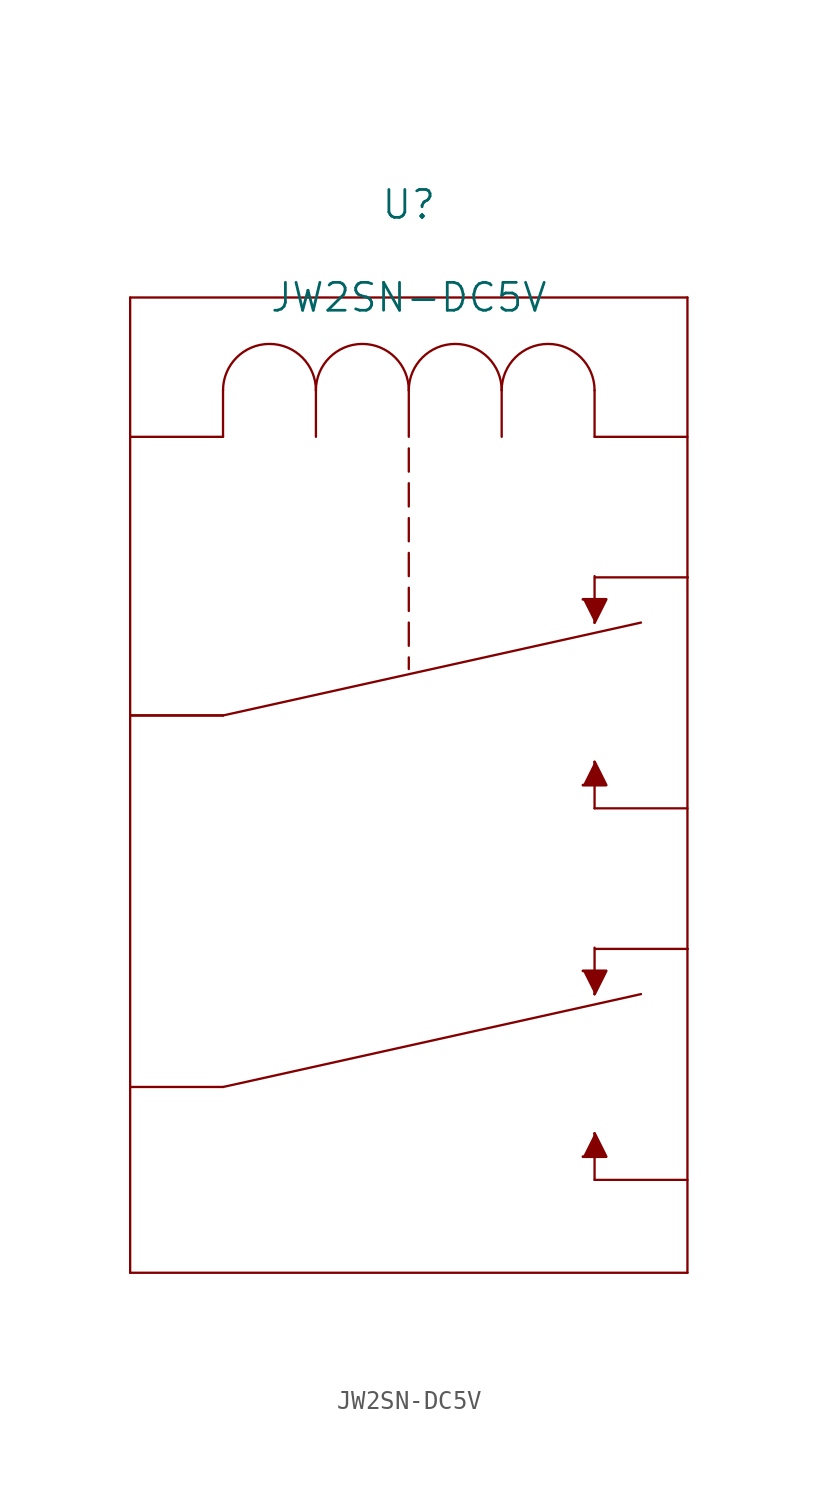
<source format=kicad_sym>
(kicad_symbol_lib
  (version 20231120)
  (generator "kicad_symbol_editor")
  (generator_version "8.0")
  (symbol "JW2SN-DC5V"
    (pin_names
      (offset 0.254))
    (property "Reference" "U"
      (at 22.86 12.7 0)
      (effects (font (size 1.524 1.524))))
    (property "Value" "JW2SN-DC5V"
      (at 22.86 7.62 0)
      (effects (font (size 1.524 1.524))))
    (property "ki_locked" ""
      (at 0 0 0)
      (effects (font (size 1.27 1.27))))
    (symbol "JW2SN-DC5V_0_1"
      (polyline (pts (xy 7.62 -45.72) (xy 38.1 -45.72)) (stroke (width 0.127) (type default)) (fill (type none)))
      (polyline (pts (xy 7.62 7.62) (xy 7.62 -45.72)) (stroke (width 0.127) (type default)) (fill (type none)))
      (polyline (pts (xy 12.7 -35.56) (xy 7.62 -35.56)) (stroke (width 0.127) (type default)) (fill (type none)))
      (polyline (pts (xy 12.7 -35.56) (xy 35.56 -30.48)) (stroke (width 0.127) (type default)) (fill (type none)))
      (polyline (pts (xy 12.7 -15.24) (xy 7.62 -15.24)) (stroke (width 0.127) (type default)) (fill (type none)))
      (polyline (pts (xy 12.7 -15.24) (xy 7.62 -15.24)) (stroke (width 0.127) (type default)) (fill (type none)))
      (polyline (pts (xy 12.7 -15.24) (xy 35.56 -10.16)) (stroke (width 0.127) (type default)) (fill (type none)))
      (polyline (pts (xy 12.7 0) (xy 7.62 0)) (stroke (width 0.127) (type default)) (fill (type none)))
      (polyline (pts (xy 12.7 2.54) (xy 12.7 0)) (stroke (width 0.127) (type default)) (fill (type none)))
      (polyline (pts (xy 17.78 2.54) (xy 17.78 0)) (stroke (width 0.127) (type default)) (fill (type none)))
      (polyline (pts (xy 22.86 -12.065) (xy 22.86 -12.7)) (stroke (width 0.127) (type default)) (fill (type none)))
      (polyline (pts (xy 22.86 -10.16) (xy 22.86 -11.43)) (stroke (width 0.127) (type default)) (fill (type none)))
      (polyline (pts (xy 22.86 -8.255) (xy 22.86 -9.525)) (stroke (width 0.127) (type default)) (fill (type none)))
      (polyline (pts (xy 22.86 -6.35) (xy 22.86 -7.62)) (stroke (width 0.127) (type default)) (fill (type none)))
      (polyline (pts (xy 22.86 -4.445) (xy 22.86 -5.715)) (stroke (width 0.127) (type default)) (fill (type none)))
      (polyline (pts (xy 22.86 -2.54) (xy 22.86 -3.81)) (stroke (width 0.127) (type default)) (fill (type none)))
      (polyline (pts (xy 22.86 -1.905) (xy 22.86 -0.635)) (stroke (width 0.127) (type default)) (fill (type none)))
      (polyline (pts (xy 22.86 2.54) (xy 22.86 0)) (stroke (width 0.127) (type default)) (fill (type none)))
      (polyline (pts (xy 27.94 2.54) (xy 27.94 0)) (stroke (width 0.127) (type default)) (fill (type none)))
      (polyline (pts (xy 33.02 -40.64) (xy 33.02 -38.1)) (stroke (width 0.127) (type default)) (fill (type none)))
      (polyline (pts (xy 33.02 -30.48) (xy 33.02 -27.94)) (stroke (width 0.127) (type default)) (fill (type none)))
      (polyline (pts (xy 33.02 -20.32) (xy 33.02 -17.78)) (stroke (width 0.127) (type default)) (fill (type none)))
      (polyline (pts (xy 33.02 -10.16) (xy 33.02 -7.62)) (stroke (width 0.127) (type default)) (fill (type none)))
      (polyline (pts (xy 33.02 0) (xy 38.1 0)) (stroke (width 0.127) (type default)) (fill (type none)))
      (polyline (pts (xy 33.02 2.54) (xy 33.02 0)) (stroke (width 0.127) (type default)) (fill (type none)))
      (polyline (pts (xy 33.042 -28.008) (xy 38.122 -28.008)) (stroke (width 0.127) (type default)) (fill (type none)))
      (polyline (pts (xy 33.042 -7.688) (xy 38.122 -7.688)) (stroke (width 0.127) (type default)) (fill (type none)))
      (polyline (pts (xy 38.1 -40.64) (xy 33.02 -40.64)) (stroke (width 0.127) (type default)) (fill (type none)))
      (polyline (pts (xy 38.1 -20.32) (xy 33.02 -20.32)) (stroke (width 0.127) (type default)) (fill (type none)))
      (polyline (pts (xy 38.1 7.62) (xy 7.62 7.62)) (stroke (width 0.127) (type default)) (fill (type none)))
      (polyline (pts (xy 38.1 7.62) (xy 38.1 -45.72)) (stroke (width 0.127) (type default)) (fill (type none)))
      (polyline (pts (xy 32.385 -39.37) (xy 33.655 -39.37) (xy 33.02 -38.1)) (stroke (width 0) (type default)) (fill (type outline)))
      (polyline (pts (xy 32.385 -29.21) (xy 33.655 -29.21) (xy 33.02 -30.48)) (stroke (width 0) (type default)) (fill (type outline)))
      (polyline (pts (xy 32.385 -19.05) (xy 33.655 -19.05) (xy 33.02 -17.78)) (stroke (width 0) (type default)) (fill (type outline)))
      (polyline (pts (xy 32.385 -8.89) (xy 33.655 -8.89) (xy 33.02 -10.16)) (stroke (width 0) (type default)) (fill (type outline)))
      (arc (start 17.78 2.54) (mid 15.24 5.0689) (end 12.7 2.54) (stroke (width 0.127) (type default)) (fill (type none)))
      (arc (start 22.86 2.54) (mid 20.32 5.0689) (end 17.78 2.54) (stroke (width 0.127) (type default)) (fill (type none)))
      (arc (start 27.94 2.54) (mid 25.4 5.0689) (end 22.86 2.54) (stroke (width 0.127) (type default)) (fill (type none)))
      (arc (start 33.02 2.54) (mid 30.48 5.0689) (end 27.94 2.54) (stroke (width 0.127) (type default)) (fill (type none))))))
</source>
